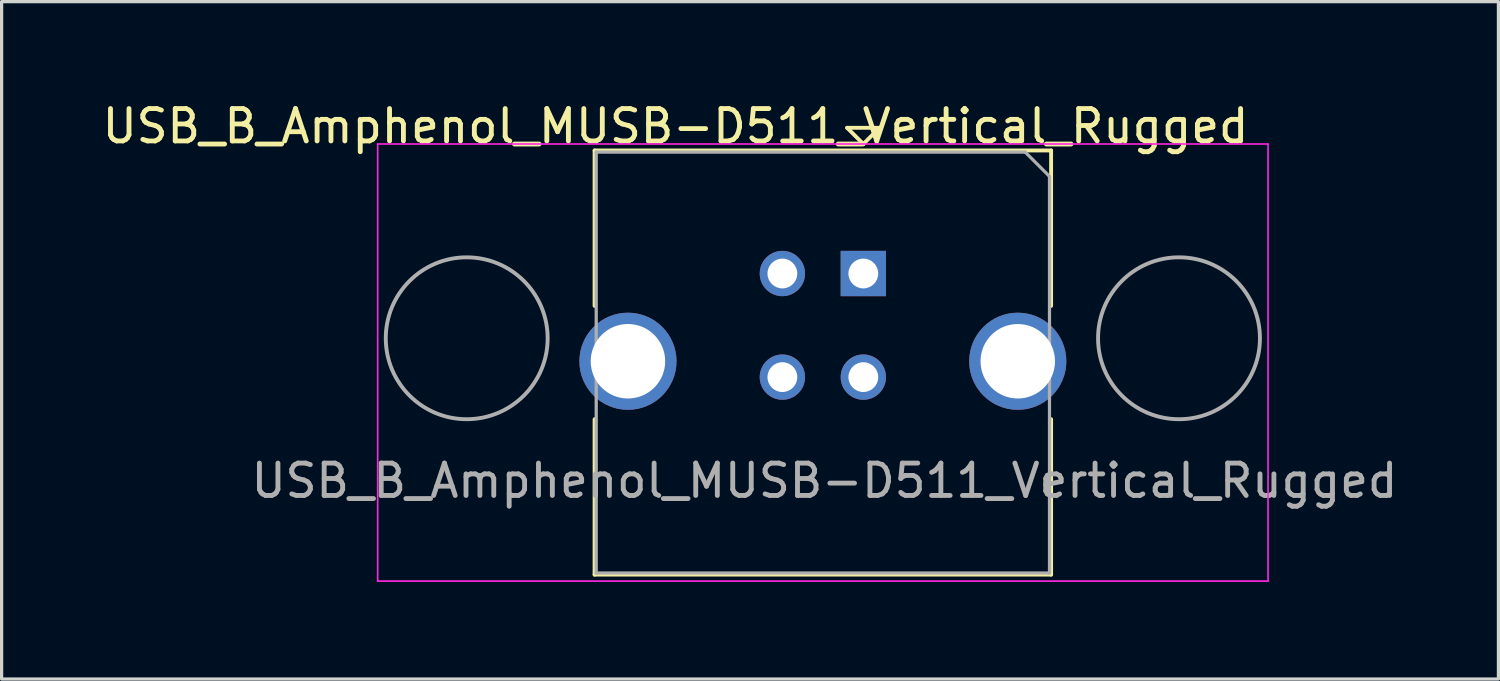
<source format=kicad_pcb>
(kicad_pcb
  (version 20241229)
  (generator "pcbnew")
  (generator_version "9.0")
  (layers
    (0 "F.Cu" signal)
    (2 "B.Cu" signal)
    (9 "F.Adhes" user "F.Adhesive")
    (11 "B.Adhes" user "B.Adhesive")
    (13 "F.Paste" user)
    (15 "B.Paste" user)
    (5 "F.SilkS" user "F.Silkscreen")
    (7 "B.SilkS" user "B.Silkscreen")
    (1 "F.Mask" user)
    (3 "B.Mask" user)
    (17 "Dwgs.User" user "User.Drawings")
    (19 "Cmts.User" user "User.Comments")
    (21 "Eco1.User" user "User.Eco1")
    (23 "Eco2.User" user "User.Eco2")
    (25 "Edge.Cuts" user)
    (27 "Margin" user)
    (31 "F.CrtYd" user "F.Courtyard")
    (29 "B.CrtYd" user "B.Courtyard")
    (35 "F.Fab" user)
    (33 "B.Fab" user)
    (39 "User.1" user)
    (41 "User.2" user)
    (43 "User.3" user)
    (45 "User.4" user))
  (footprint "USB_B_Amphenol_MUSB-D511_Vertical_Rugged"
    (layer "F.Cu")
    (at 23.615 5.398)
    (property "Reference" "USB_B_Amphenol_MUSB-D511_Vertical_Rugged" (at -5.8 -4.55 0) (layer "F.SilkS") (effects (font (size 1 1) (thickness 0.15))))
    (attr through_hole)
    (fp_line (start -8.3 -3.8) (end 5.8 -3.8) (stroke (width 0.12) (type solid)) (layer "F.SilkS"))
    (fp_line (start -8.3 1) (end -8.3 -3.8) (stroke (width 0.12) (type solid)) (layer "F.SilkS"))
    (fp_line (start -8.3 9.3) (end -8.3 4.5) (stroke (width 0.12) (type solid)) (layer "F.SilkS"))
    (fp_line (start -0.5 -4.5) (end 0 -4) (stroke (width 0.12) (type solid)) (layer "F.SilkS"))
    (fp_line (start 0 -4) (end 0.5 -4.5) (stroke (width 0.12) (type solid)) (layer "F.SilkS"))
    (fp_line (start 0.5 -4.5) (end -0.5 -4.5) (stroke (width 0.12) (type solid)) (layer "F.SilkS"))
    (fp_line (start 5.8 -3.8) (end 5.8 1) (stroke (width 0.12) (type solid)) (layer "F.SilkS"))
    (fp_line (start 5.8 4.5) (end 5.8 9.3) (stroke (width 0.12) (type solid)) (layer "F.SilkS"))
    (fp_line (start 5.8 9.3) (end -8.3 9.3) (stroke (width 0.12) (type solid)) (layer "F.SilkS"))
    (fp_line (start -15 -4) (end -15 9.5) (stroke (width 0.05) (type solid)) (layer "F.CrtYd"))
    (fp_line (start -15 -4) (end 12.5 -4) (stroke (width 0.05) (type solid)) (layer "F.CrtYd"))
    (fp_line (start 12.5 9.5) (end -15 9.5) (stroke (width 0.05) (type solid)) (layer "F.CrtYd"))
    (fp_line (start 12.5 9.5) (end 12.5 -4) (stroke (width 0.05) (type solid)) (layer "F.CrtYd"))
    (fp_line (start -8.25 -3.75) (end 5 -3.75) (stroke (width 0.1) (type solid)) (layer "F.Fab"))
    (fp_line (start -8.25 9.25) (end -8.25 -3.75) (stroke (width 0.1) (type solid)) (layer "F.Fab"))
    (fp_line (start 5 -3.75) (end 5.75 -3) (stroke (width 0.1) (type solid)) (layer "F.Fab"))
    (fp_line (start 5.75 -3) (end 5.75 9.25) (stroke (width 0.1) (type solid)) (layer "F.Fab"))
    (fp_line (start 5.75 9.25) (end -8.25 9.25) (stroke (width 0.1) (type solid)) (layer "F.Fab"))
    (fp_circle (center -12.25 2) (end -12.25 4.5) (stroke (width 0.12) (type solid)) (fill no) (layer "F.Fab"))
    (fp_circle (center 9.75 2) (end 9.75 4.5) (stroke (width 0.12) (type solid)) (fill no) (layer "F.Fab"))
    (fp_text user "${REFERENCE}" (at -1.2 6.4 0) (layer "F.Fab") (effects (font (size 1 1) (thickness 0.15))))
    (pad "1" thru_hole rect (at 0 0) (size 1.4 1.4) (drill 0.92) (layers "*.Cu" "*.Mask"))
    (pad "2" thru_hole circle (at -2.5 0) (size 1.4 1.4) (drill 0.92) (layers "*.Cu" "*.Mask"))
    (pad "3" thru_hole circle (at -2.5 3.2) (size 1.4 1.4) (drill 0.92) (layers "*.Cu" "*.Mask"))
    (pad "4" thru_hole circle (at 0 3.2) (size 1.4 1.4) (drill 0.92) (layers "*.Cu" "*.Mask"))
    (pad "5" thru_hole circle (at -7.27 2.71) (size 3 3) (drill 2.3) (layers "*.Cu" "*.Mask"))
    (pad "5" thru_hole circle (at 4.77 2.71) (size 3 3) (drill 2.3) (layers "*.Cu" "*.Mask")))
  (gr_rect
    (start -3 -3)
    (end 43.231 17.923)
    (stroke (width 0.1) (type default))
    (fill no)
    (layer "Edge.Cuts")))
</source>
